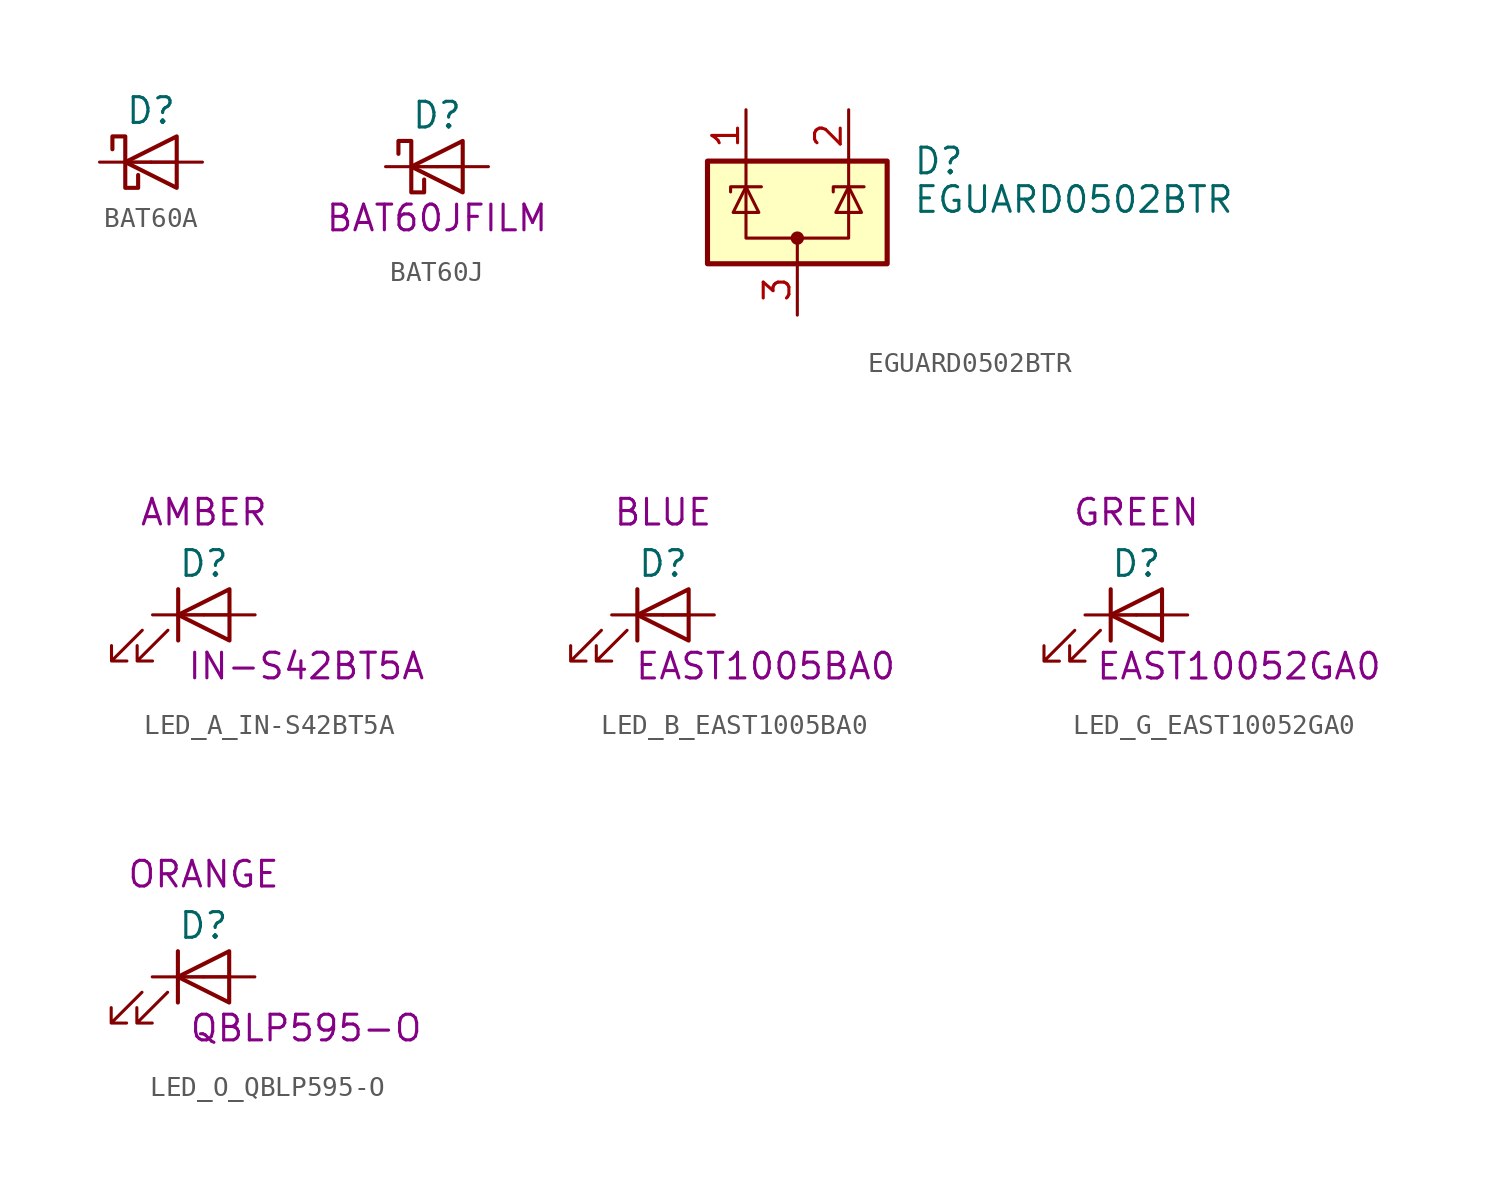
<source format=kicad_sym>
(kicad_symbol_lib
  (version 20211014)
  (generator kicad_symbol_editor)
  (symbol "BAT60A"
    (pin_numbers hide)
    (pin_names
      (offset 1.016) hide)
    (property "Reference" "D"
      (at 0 2.54 0)
      (effects (font (size 1.27 1.27))))
    (symbol "BAT60A_0_1"
      (polyline (pts (xy 1.27 0) (xy -1.27 0)) (stroke (width 0) (type default) (color 0 0 0 0)) (fill (type none)))
      (polyline (pts (xy 1.27 1.27) (xy 1.27 -1.27) (xy -1.27 0) (xy 1.27 1.27)) (stroke (width 0.203) (type default) (color 0 0 0 0)) (fill (type none)))
      (polyline (pts (xy -1.905 0.635) (xy -1.905 1.27) (xy -1.27 1.27) (xy -1.27 -1.27) (xy -0.635 -1.27) (xy -0.635 -0.635)) (stroke (width 0.203) (type default) (color 0 0 0 0)) (fill (type none))))
    (symbol "BAT60A_1_1"
      (pin passive line (at -2.54 0 0) (length 2.54) (name "K" (effects (font (size 1.27 1.27)))) (number "1" (effects (font (size 1.27 1.27)))))
      (pin passive line (at 2.54 0 180) (length 2.54) (name "A" (effects (font (size 1.27 1.27)))) (number "2" (effects (font (size 1.27 1.27)))))))
  (symbol "BAT60J"
    (pin_numbers hide)
    (pin_names
      (offset 1.016) hide)
    (property "Reference" "D"
      (at 0 2.54 0)
      (effects (font (size 1.27 1.27))))
    (property "PN" "BAT60JFILM"
      (at 0 -2.54 0)
      (effects (font (size 1.27 1.27))))
    (symbol "BAT60J_0_1"
      (polyline (pts (xy 1.27 0) (xy -1.27 0)) (stroke (width 0) (type default) (color 0 0 0 0)) (fill (type none)))
      (polyline (pts (xy 1.27 1.27) (xy 1.27 -1.27) (xy -1.27 0) (xy 1.27 1.27)) (stroke (width 0.203) (type default) (color 0 0 0 0)) (fill (type none)))
      (polyline (pts (xy -1.905 0.635) (xy -1.905 1.27) (xy -1.27 1.27) (xy -1.27 -1.27) (xy -0.635 -1.27) (xy -0.635 -0.635)) (stroke (width 0.203) (type default) (color 0 0 0 0)) (fill (type none))))
    (symbol "BAT60J_1_1"
      (pin passive line (at -2.54 0 0) (length 2.54) (name "K" (effects (font (size 1.27 1.27)))) (number "1" (effects (font (size 1.27 1.27)))))
      (pin passive line (at 2.54 0 180) (length 2.54) (name "A" (effects (font (size 1.27 1.27)))) (number "2" (effects (font (size 1.27 1.27)))))))
  (symbol "EGUARD0502BTR"
    (pin_names hide)
    (property "Reference" "D"
      (at 5.715 2.54 0)
      (effects (font (size 1.27 1.27)) (justify left)))
    (property "Value" "EGUARD0502BTR"
      (at 5.715 0.635 0)
      (effects (font (size 1.27 1.27)) (justify left)))
    (symbol "EGUARD0502BTR_0_0"
      (pin passive line (at 0 -5.08 90) (length 2.54) (name "A" (effects (font (size 1.27 1.27)))) (number "3" (effects (font (size 1.27 1.27))))))
    (symbol "EGUARD0502BTR_0_1"
      (rectangle (start -4.445 2.54) (end 4.445 -2.54) (stroke (width 0.254) (type default) (color 0 0 0 0)) (fill (type background)))
      (circle (center 0 -1.27) (radius 0.254) (stroke (width 0) (type default) (color 0 0 0 0)) (fill (type outline)))
      (polyline (pts (xy -2.54 2.54) (xy -2.54 1.27)) (stroke (width 0) (type default) (color 0 0 0 0)) (fill (type none)))
      (polyline (pts (xy 0 -1.27) (xy 0 -2.54)) (stroke (width 0) (type default) (color 0 0 0 0)) (fill (type none)))
      (polyline (pts (xy 2.54 2.54) (xy 2.54 1.27)) (stroke (width 0) (type default) (color 0 0 0 0)) (fill (type none)))
      (polyline (pts (xy -3.302 1.016) (xy -3.302 1.27) (xy -1.905 1.27) (xy -1.778 1.27)) (stroke (width 0) (type default) (color 0 0 0 0)) (fill (type none)))
      (polyline (pts (xy -2.54 1.27) (xy -2.54 -1.27) (xy 2.54 -1.27) (xy 2.54 1.27)) (stroke (width 0) (type default) (color 0 0 0 0)) (fill (type none)))
      (polyline (pts (xy -2.54 1.27) (xy -1.905 0) (xy -3.175 0) (xy -2.54 1.27)) (stroke (width 0) (type default) (color 0 0 0 0)) (fill (type none)))
      (polyline (pts (xy 1.778 1.016) (xy 1.778 1.27) (xy 3.175 1.27) (xy 3.302 1.27)) (stroke (width 0) (type default) (color 0 0 0 0)) (fill (type none)))
      (polyline (pts (xy 2.54 1.27) (xy 1.905 0) (xy 3.175 0) (xy 2.54 1.27)) (stroke (width 0) (type default) (color 0 0 0 0)) (fill (type none))))
    (symbol "EGUARD0502BTR_1_1"
      (pin passive line (at -2.54 5.08 270) (length 2.54) (name "K" (effects (font (size 1.27 1.27)))) (number "1" (effects (font (size 1.27 1.27)))))
      (pin passive line (at 2.54 5.08 270) (length 2.54) (name "K" (effects (font (size 1.27 1.27)))) (number "2" (effects (font (size 1.27 1.27)))))))
  (symbol "LED_A_IN-S42BT5A"
    (pin_numbers hide)
    (pin_names
      (offset 1.016) hide)
    (property "Reference" "D"
      (at 0 2.54 0)
      (effects (font (size 1.27 1.27))))
    (property "PN" "IN-S42BT5A"
      (at 5.08 -2.54 0)
      (effects (font (size 1.27 1.27))))
    (property "Color" "AMBER"
      (at 0 5.08 0)
      (effects (font (size 1.27 1.27))))
    (symbol "LED_A_IN-S42BT5A_0_1"
      (polyline (pts (xy -1.27 -1.27) (xy -1.27 1.27)) (stroke (width 0.203) (type default) (color 0 0 0 0)) (fill (type none)))
      (polyline (pts (xy -1.27 0) (xy 1.27 0)) (stroke (width 0) (type default) (color 0 0 0 0)) (fill (type none)))
      (polyline (pts (xy 1.27 -1.27) (xy 1.27 1.27) (xy -1.27 0) (xy 1.27 -1.27)) (stroke (width 0.203) (type default) (color 0 0 0 0)) (fill (type none)))
      (polyline (pts (xy -3.048 -0.762) (xy -4.572 -2.286) (xy -3.81 -2.286) (xy -4.572 -2.286) (xy -4.572 -1.524)) (stroke (width 0) (type default) (color 0 0 0 0)) (fill (type none)))
      (polyline (pts (xy -1.778 -0.762) (xy -3.302 -2.286) (xy -2.54 -2.286) (xy -3.302 -2.286) (xy -3.302 -1.524)) (stroke (width 0) (type default) (color 0 0 0 0)) (fill (type none))))
    (symbol "LED_A_IN-S42BT5A_1_1"
      (pin passive line (at 2.54 0 180) (length 2.54) (name "A" (effects (font (size 1.27 1.27)))) (number "1" (effects (font (size 1.27 1.27)))))
      (pin passive line (at -2.54 0 0) (length 2.54) (name "K" (effects (font (size 1.27 1.27)))) (number "2" (effects (font (size 1.27 1.27)))))))
  (symbol "LED_B_EAST1005BA0"
    (pin_numbers hide)
    (pin_names
      (offset 1.016) hide)
    (property "Reference" "D"
      (at 0 2.54 0)
      (effects (font (size 1.27 1.27))))
    (property "PN" "EAST1005BA0"
      (at 5.08 -2.54 0)
      (effects (font (size 1.27 1.27))))
    (property "Color" "BLUE"
      (at 0 5.08 0)
      (effects (font (size 1.27 1.27))))
    (symbol "LED_B_EAST1005BA0_0_1"
      (polyline (pts (xy -1.27 -1.27) (xy -1.27 1.27)) (stroke (width 0.203) (type default) (color 0 0 0 0)) (fill (type none)))
      (polyline (pts (xy -1.27 0) (xy 1.27 0)) (stroke (width 0) (type default) (color 0 0 0 0)) (fill (type none)))
      (polyline (pts (xy 1.27 -1.27) (xy 1.27 1.27) (xy -1.27 0) (xy 1.27 -1.27)) (stroke (width 0.203) (type default) (color 0 0 0 0)) (fill (type none)))
      (polyline (pts (xy -3.048 -0.762) (xy -4.572 -2.286) (xy -3.81 -2.286) (xy -4.572 -2.286) (xy -4.572 -1.524)) (stroke (width 0) (type default) (color 0 0 0 0)) (fill (type none)))
      (polyline (pts (xy -1.778 -0.762) (xy -3.302 -2.286) (xy -2.54 -2.286) (xy -3.302 -2.286) (xy -3.302 -1.524)) (stroke (width 0) (type default) (color 0 0 0 0)) (fill (type none))))
    (symbol "LED_B_EAST1005BA0_1_1"
      (pin passive line (at 2.54 0 180) (length 2.54) (name "A" (effects (font (size 1.27 1.27)))) (number "1" (effects (font (size 1.27 1.27)))))
      (pin passive line (at -2.54 0 0) (length 2.54) (name "K" (effects (font (size 1.27 1.27)))) (number "2" (effects (font (size 1.27 1.27)))))))
  (symbol "LED_G_EAST10052GA0"
    (pin_numbers hide)
    (pin_names
      (offset 1.016) hide)
    (property "Reference" "D"
      (at 0 2.54 0)
      (effects (font (size 1.27 1.27))))
    (property "PN" "EAST10052GA0"
      (at 5.08 -2.54 0)
      (effects (font (size 1.27 1.27))))
    (property "Color" "GREEN"
      (at 0 5.08 0)
      (effects (font (size 1.27 1.27))))
    (symbol "LED_G_EAST10052GA0_0_1"
      (polyline (pts (xy -1.27 -1.27) (xy -1.27 1.27)) (stroke (width 0.203) (type default) (color 0 0 0 0)) (fill (type none)))
      (polyline (pts (xy -1.27 0) (xy 1.27 0)) (stroke (width 0) (type default) (color 0 0 0 0)) (fill (type none)))
      (polyline (pts (xy 1.27 -1.27) (xy 1.27 1.27) (xy -1.27 0) (xy 1.27 -1.27)) (stroke (width 0.203) (type default) (color 0 0 0 0)) (fill (type none)))
      (polyline (pts (xy -3.048 -0.762) (xy -4.572 -2.286) (xy -3.81 -2.286) (xy -4.572 -2.286) (xy -4.572 -1.524)) (stroke (width 0) (type default) (color 0 0 0 0)) (fill (type none)))
      (polyline (pts (xy -1.778 -0.762) (xy -3.302 -2.286) (xy -2.54 -2.286) (xy -3.302 -2.286) (xy -3.302 -1.524)) (stroke (width 0) (type default) (color 0 0 0 0)) (fill (type none))))
    (symbol "LED_G_EAST10052GA0_1_1"
      (pin passive line (at 2.54 0 180) (length 2.54) (name "A" (effects (font (size 1.27 1.27)))) (number "1" (effects (font (size 1.27 1.27)))))
      (pin passive line (at -2.54 0 0) (length 2.54) (name "K" (effects (font (size 1.27 1.27)))) (number "2" (effects (font (size 1.27 1.27)))))))
  (symbol "LED_O_QBLP595-O"
    (pin_numbers hide)
    (pin_names
      (offset 1.016) hide)
    (property "Reference" "D"
      (at 0 2.54 0)
      (effects (font (size 1.27 1.27))))
    (property "PN" "QBLP595-O"
      (at 5.08 -2.54 0)
      (effects (font (size 1.27 1.27))))
    (property "Color" "ORANGE"
      (at 0 5.08 0)
      (effects (font (size 1.27 1.27))))
    (symbol "LED_O_QBLP595-O_0_1"
      (polyline (pts (xy -1.27 -1.27) (xy -1.27 1.27)) (stroke (width 0.203) (type default) (color 0 0 0 0)) (fill (type none)))
      (polyline (pts (xy -1.27 0) (xy 1.27 0)) (stroke (width 0) (type default) (color 0 0 0 0)) (fill (type none)))
      (polyline (pts (xy 1.27 -1.27) (xy 1.27 1.27) (xy -1.27 0) (xy 1.27 -1.27)) (stroke (width 0.203) (type default) (color 0 0 0 0)) (fill (type none)))
      (polyline (pts (xy -3.048 -0.762) (xy -4.572 -2.286) (xy -3.81 -2.286) (xy -4.572 -2.286) (xy -4.572 -1.524)) (stroke (width 0) (type default) (color 0 0 0 0)) (fill (type none)))
      (polyline (pts (xy -1.778 -0.762) (xy -3.302 -2.286) (xy -2.54 -2.286) (xy -3.302 -2.286) (xy -3.302 -1.524)) (stroke (width 0) (type default) (color 0 0 0 0)) (fill (type none))))
    (symbol "LED_O_QBLP595-O_1_1"
      (pin passive line (at 2.54 0 180) (length 2.54) (name "A" (effects (font (size 1.27 1.27)))) (number "1" (effects (font (size 1.27 1.27)))))
      (pin passive line (at -2.54 0 0) (length 2.54) (name "K" (effects (font (size 1.27 1.27)))) (number "2" (effects (font (size 1.27 1.27))))))))
</source>
